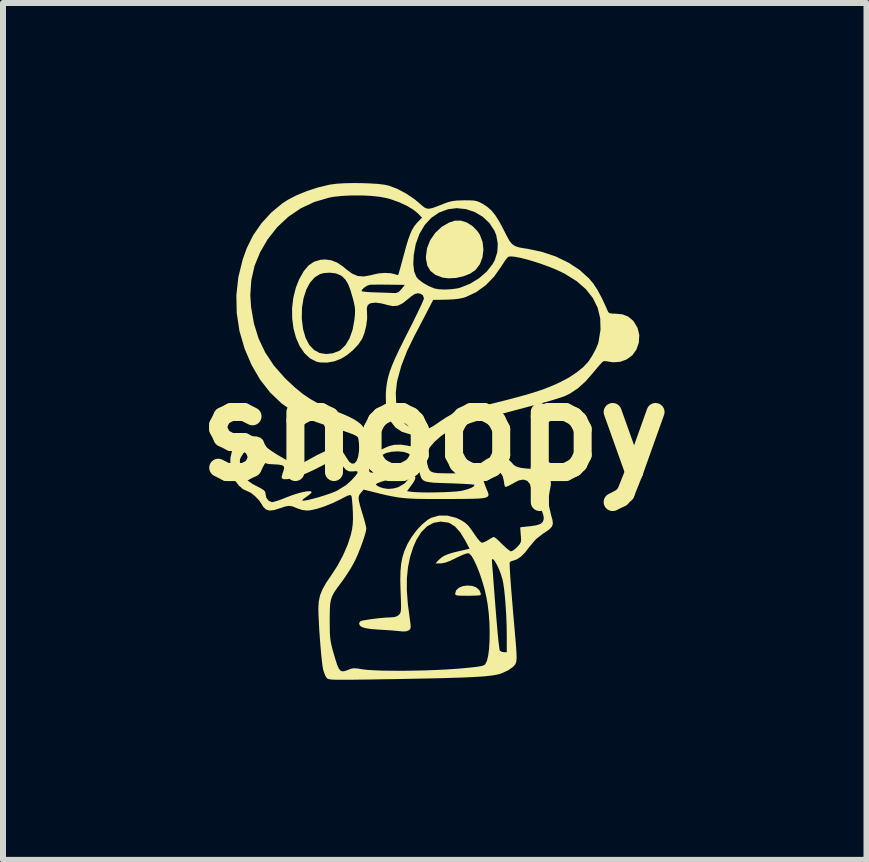
<source format=kicad_pcb>
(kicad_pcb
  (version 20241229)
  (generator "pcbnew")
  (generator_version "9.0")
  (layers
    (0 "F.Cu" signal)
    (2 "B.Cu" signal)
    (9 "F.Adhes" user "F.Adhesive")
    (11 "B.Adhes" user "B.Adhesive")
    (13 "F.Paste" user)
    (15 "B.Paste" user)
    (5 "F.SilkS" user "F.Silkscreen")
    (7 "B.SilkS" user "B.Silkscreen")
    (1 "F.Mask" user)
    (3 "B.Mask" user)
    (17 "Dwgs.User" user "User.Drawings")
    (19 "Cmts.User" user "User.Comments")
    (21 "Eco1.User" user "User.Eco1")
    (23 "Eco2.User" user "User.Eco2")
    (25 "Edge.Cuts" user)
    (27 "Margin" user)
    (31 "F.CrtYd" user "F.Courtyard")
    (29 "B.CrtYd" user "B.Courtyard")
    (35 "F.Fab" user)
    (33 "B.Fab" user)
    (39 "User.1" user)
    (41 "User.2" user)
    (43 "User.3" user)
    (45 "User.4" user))
  (footprint "snoopy"
    (layer "F.Cu")
    (at 4.193 4.136)
    (property "Reference" "snoopy" (at 0 0 0) (layer "F.SilkS") (effects (font (size 1.5 1.5) (thickness 0.3))))
    (attr board_only exclude_from_pos_files exclude_from_bom)
    (fp_poly (pts (xy 0.621 2.575) (xy 0.689 2.599) (xy 0.739 2.642) (xy 0.749 2.658) (xy 0.766 2.701) (xy 0.766 2.727) (xy 0.766 2.727) (xy 0.742 2.733) (xy 0.687 2.737) (xy 0.61 2.739) (xy 0.547 2.74) (xy 0.453 2.739) (xy 0.393 2.737) (xy 0.359 2.731) (xy 0.344 2.72) (xy 0.34 2.704) (xy 0.357 2.648) (xy 0.403 2.606) (xy 0.469 2.579) (xy 0.544 2.569)) (stroke (width 0) (type solid)) (fill yes) (layer "F.SilkS"))
    (fp_poly (pts (xy 0.534 -3.479) (xy 0.631 -3.418) (xy 0.713 -3.333) (xy 0.752 -3.274) (xy 0.797 -3.155) (xy 0.811 -3.027) (xy 0.796 -2.901) (xy 0.753 -2.786) (xy 0.682 -2.691) (xy 0.677 -2.686) (xy 0.59 -2.627) (xy 0.478 -2.583) (xy 0.353 -2.555) (xy 0.229 -2.549) (xy 0.132 -2.561) (xy 0.014 -2.605) (xy -0.071 -2.671) (xy -0.124 -2.76) (xy -0.146 -2.875) (xy -0.147 -2.912) (xy -0.128 -3.052) (xy -0.075 -3.186) (xy 0.007 -3.305) (xy 0.113 -3.405) (xy 0.236 -3.477) (xy 0.334 -3.509) (xy 0.433 -3.511)) (stroke (width 0) (type solid)) (fill yes) (layer "F.SilkS"))
    (fp_poly (pts (xy -1.221 -4.135) (xy -1.078 -4.13) (xy -0.948 -4.122) (xy -0.839 -4.109) (xy -0.768 -4.094) (xy -0.627 -4.041) (xy -0.479 -3.963) (xy -0.339 -3.869) (xy -0.263 -3.806) (xy -0.21 -3.759) (xy -0.168 -3.727) (xy -0.13 -3.711) (xy -0.088 -3.709) (xy -0.032 -3.722) (xy 0.044 -3.75) (xy 0.15 -3.792) (xy 0.15 -3.792) (xy 0.226 -3.819) (xy 0.294 -3.836) (xy 0.369 -3.845) (xy 0.466 -3.848) (xy 0.49 -3.849) (xy 0.584 -3.848) (xy 0.651 -3.845) (xy 0.701 -3.835) (xy 0.747 -3.817) (xy 0.797 -3.791) (xy 0.877 -3.739) (xy 0.947 -3.677) (xy 1.012 -3.596) (xy 1.077 -3.492) (xy 1.149 -3.356) (xy 1.155 -3.344) (xy 1.207 -3.241) (xy 1.249 -3.168) (xy 1.291 -3.118) (xy 1.339 -3.086) (xy 1.402 -3.065) (xy 1.488 -3.049) (xy 1.539 -3.042) (xy 1.786 -2.99) (xy 2.016 -2.913) (xy 2.227 -2.811) (xy 2.413 -2.689) (xy 2.57 -2.547) (xy 2.643 -2.46) (xy 2.713 -2.353) (xy 2.787 -2.214) (xy 2.861 -2.054) (xy 2.877 -2.015) (xy 2.893 -1.983) (xy 2.917 -1.967) (xy 2.961 -1.961) (xy 3.01 -1.96) (xy 3.128 -1.949) (xy 3.222 -1.912) (xy 3.301 -1.847) (xy 3.316 -1.829) (xy 3.38 -1.722) (xy 3.408 -1.602) (xy 3.4 -1.476) (xy 3.359 -1.36) (xy 3.292 -1.267) (xy 3.198 -1.198) (xy 3.088 -1.158) (xy 2.97 -1.15) (xy 2.913 -1.159) (xy 2.857 -1.168) (xy 2.815 -1.168) (xy 2.81 -1.167) (xy 2.787 -1.148) (xy 2.747 -1.105) (xy 2.694 -1.043) (xy 2.641 -0.979) (xy 2.512 -0.831) (xy 2.385 -0.716) (xy 2.253 -0.629) (xy 2.179 -0.592) (xy 2.129 -0.573) (xy 2.046 -0.546) (xy 1.939 -0.513) (xy 1.814 -0.478) (xy 1.679 -0.441) (xy 1.6 -0.42) (xy 1.32 -0.346) (xy 1.076 -0.28) (xy 0.866 -0.221) (xy 0.686 -0.168) (xy 0.535 -0.119) (xy 0.408 -0.075) (xy 0.305 -0.033) (xy 0.221 0.006) (xy 0.154 0.044) (xy 0.105 0.079) (xy -0.005 0.176) (xy -0.081 0.265) (xy -0.124 0.352) (xy -0.138 0.443) (xy -0.125 0.543) (xy -0.119 0.564) (xy -0.104 0.613) (xy -0.087 0.648) (xy -0.06 0.672) (xy -0.019 0.687) (xy 0.044 0.696) (xy 0.133 0.699) (xy 0.256 0.7) (xy 0.277 0.7) (xy 0.592 0.7) (xy 0.691 0.598) (xy 0.777 0.522) (xy 0.871 0.46) (xy 0.962 0.417) (xy 1.041 0.4) (xy 1.046 0.4) (xy 1.137 0.417) (xy 1.222 0.461) (xy 1.277 0.515) (xy 1.315 0.559) (xy 1.364 0.589) (xy 1.43 0.608) (xy 1.523 0.62) (xy 1.605 0.625) (xy 1.719 0.635) (xy 1.801 0.656) (xy 1.859 0.692) (xy 1.899 0.746) (xy 1.918 0.789) (xy 1.934 0.842) (xy 1.935 0.892) (xy 1.922 0.959) (xy 1.92 0.967) (xy 1.897 1.106) (xy 1.904 1.245) (xy 1.939 1.398) (xy 1.962 1.481) (xy 1.968 1.541) (xy 1.952 1.588) (xy 1.911 1.632) (xy 1.839 1.683) (xy 1.809 1.702) (xy 1.688 1.795) (xy 1.589 1.911) (xy 1.588 1.911) (xy 1.505 2.019) (xy 1.431 2.092) (xy 1.362 2.136) (xy 1.321 2.15) (xy 1.275 2.164) (xy 1.25 2.18) (xy 1.248 2.206) (xy 1.25 2.269) (xy 1.255 2.367) (xy 1.264 2.499) (xy 1.276 2.66) (xy 1.292 2.85) (xy 1.31 3.066) (xy 1.331 3.305) (xy 1.332 3.317) (xy 1.346 3.477) (xy 1.356 3.602) (xy 1.362 3.698) (xy 1.364 3.769) (xy 1.361 3.82) (xy 1.353 3.857) (xy 1.34 3.884) (xy 1.321 3.907) (xy 1.297 3.93) (xy 1.295 3.932) (xy 1.221 3.983) (xy 1.123 4.028) (xy 1.087 4.041) (xy 1.043 4.052) (xy 0.989 4.063) (xy 0.922 4.072) (xy 0.84 4.081) (xy 0.738 4.088) (xy 0.617 4.095) (xy 0.471 4.102) (xy 0.3 4.107) (xy 0.101 4.113) (xy -0.13 4.118) (xy -0.394 4.123) (xy -0.694 4.129) (xy -0.87 4.131) (xy -1.083 4.135) (xy -1.26 4.137) (xy -1.404 4.139) (xy -1.519 4.139) (xy -1.608 4.139) (xy -1.675 4.138) (xy -1.723 4.135) (xy -1.756 4.131) (xy -1.778 4.125) (xy -1.791 4.118) (xy -1.801 4.109) (xy -1.802 4.108) (xy -1.826 4.066) (xy -1.849 4.004) (xy -1.859 3.97) (xy -1.869 3.914) (xy -1.88 3.826) (xy -1.892 3.714) (xy -1.903 3.585) (xy -1.914 3.446) (xy -1.924 3.307) (xy -1.931 3.174) (xy -1.932 3.15) (xy -1.75 3.15) (xy -1.749 3.276) (xy -1.747 3.372) (xy -1.741 3.449) (xy -1.731 3.516) (xy -1.716 3.585) (xy -1.695 3.665) (xy -1.693 3.67) (xy -1.656 3.796) (xy -1.626 3.889) (xy -1.6 3.95) (xy -1.572 3.986) (xy -1.54 3.999) (xy -1.501 3.995) (xy -1.449 3.977) (xy -1.43 3.969) (xy -1.384 3.953) (xy -1.34 3.947) (xy -1.282 3.952) (xy -1.212 3.964) (xy -1.131 3.974) (xy -1.016 3.981) (xy -0.874 3.987) (xy -0.711 3.989) (xy -0.532 3.99) (xy -0.344 3.987) (xy -0.154 3.983) (xy 0.032 3.976) (xy 0.209 3.967) (xy 0.37 3.956) (xy 0.41 3.953) (xy 0.55 3.94) (xy 0.655 3.929) (xy 0.731 3.919) (xy 0.783 3.909) (xy 0.816 3.898) (xy 0.836 3.886) (xy 0.842 3.88) (xy 0.869 3.826) (xy 0.89 3.74) (xy 0.905 3.627) (xy 0.913 3.493) (xy 0.915 3.346) (xy 0.911 3.191) (xy 0.9 3.036) (xy 0.882 2.886) (xy 0.861 2.765) (xy 0.83 2.63) (xy 0.791 2.495) (xy 0.748 2.366) (xy 0.702 2.25) (xy 0.667 2.174) (xy 0.953 2.174) (xy 0.956 2.207) (xy 0.961 2.274) (xy 0.969 2.372) (xy 0.978 2.494) (xy 0.989 2.636) (xy 1.001 2.793) (xy 1.012 2.93) (xy 1.025 3.094) (xy 1.038 3.246) (xy 1.05 3.38) (xy 1.061 3.494) (xy 1.072 3.58) (xy 1.08 3.636) (xy 1.085 3.655) (xy 1.119 3.675) (xy 1.152 3.68) (xy 1.2 3.68) (xy 1.2 3.415) (xy 1.198 3.251) (xy 1.192 3.082) (xy 1.182 2.917) (xy 1.17 2.764) (xy 1.156 2.629) (xy 1.14 2.522) (xy 1.129 2.47) (xy 1.105 2.389) (xy 1.076 2.311) (xy 1.044 2.241) (xy 1.013 2.183) (xy 0.986 2.144) (xy 0.965 2.127) (xy 0.953 2.138) (xy 0.953 2.174) (xy 0.667 2.174) (xy 0.657 2.152) (xy 0.615 2.079) (xy 0.578 2.038) (xy 0.567 2.032) (xy 0.53 2.035) (xy 0.463 2.059) (xy 0.371 2.102) (xy 0.357 2.109) (xy 0.254 2.159) (xy 0.175 2.188) (xy 0.111 2.2) (xy 0.098 2.2) (xy 0.013 2.2) (xy 0.062 2.148) (xy 0.108 2.105) (xy 0.161 2.072) (xy 0.232 2.043) (xy 0.327 2.015) (xy 0.4 1.998) (xy 0.58 1.956) (xy 0.506 1.815) (xy 0.424 1.682) (xy 0.339 1.587) (xy 0.25 1.53) (xy 0.222 1.52) (xy 0.096 1.504) (xy -0.021 1.525) (xy -0.129 1.584) (xy -0.224 1.679) (xy -0.306 1.809) (xy -0.357 1.926) (xy -0.411 2.094) (xy -0.446 2.266) (xy -0.464 2.448) (xy -0.465 2.646) (xy -0.449 2.868) (xy -0.418 3.107) (xy -0.406 3.192) (xy -0.401 3.246) (xy -0.403 3.279) (xy -0.413 3.299) (xy -0.431 3.314) (xy -0.47 3.331) (xy -0.529 3.335) (xy -0.58 3.33) (xy -0.645 3.324) (xy -0.737 3.316) (xy -0.843 3.309) (xy -0.93 3.304) (xy -1.059 3.294) (xy -1.152 3.28) (xy -1.214 3.261) (xy -1.248 3.236) (xy -1.26 3.203) (xy -1.26 3.2) (xy -1.246 3.169) (xy -1.201 3.152) (xy -1.195 3.151) (xy -1.058 3.129) (xy -0.926 3.113) (xy -0.811 3.103) (xy -0.745 3.1) (xy -0.671 3.095) (xy -0.622 3.077) (xy -0.598 3.058) (xy -0.582 3.041) (xy -0.572 3.021) (xy -0.565 2.993) (xy -0.562 2.95) (xy -0.562 2.886) (xy -0.564 2.794) (xy -0.569 2.669) (xy -0.569 2.663) (xy -0.574 2.483) (xy -0.571 2.335) (xy -0.56 2.211) (xy -0.539 2.102) (xy -0.508 2) (xy -0.464 1.899) (xy -0.448 1.866) (xy -0.381 1.754) (xy -0.299 1.645) (xy -0.209 1.55) (xy -0.12 1.476) (xy -0.06 1.441) (xy 0.07 1.404) (xy 0.208 1.404) (xy 0.348 1.439) (xy 0.39 1.457) (xy 0.459 1.492) (xy 0.512 1.528) (xy 0.559 1.572) (xy 0.607 1.634) (xy 0.666 1.721) (xy 0.67 1.726) (xy 0.713 1.787) (xy 0.753 1.833) (xy 0.781 1.855) (xy 0.783 1.856) (xy 0.818 1.849) (xy 0.869 1.824) (xy 0.89 1.811) (xy 0.94 1.78) (xy 0.978 1.762) (xy 0.986 1.76) (xy 1.009 1.773) (xy 1.051 1.809) (xy 1.104 1.861) (xy 1.123 1.88) (xy 1.181 1.935) (xy 1.231 1.977) (xy 1.266 1.999) (xy 1.272 2) (xy 1.304 1.986) (xy 1.349 1.951) (xy 1.375 1.926) (xy 1.413 1.883) (xy 1.433 1.849) (xy 1.439 1.808) (xy 1.435 1.745) (xy 1.433 1.726) (xy 1.428 1.661) (xy 1.425 1.615) (xy 1.426 1.599) (xy 1.446 1.596) (xy 1.496 1.591) (xy 1.567 1.583) (xy 1.586 1.582) (xy 1.691 1.566) (xy 1.761 1.543) (xy 1.801 1.508) (xy 1.816 1.459) (xy 1.813 1.412) (xy 1.782 1.312) (xy 1.72 1.236) (xy 1.662 1.2) (xy 1.625 1.18) (xy 1.607 1.159) (xy 1.603 1.121) (xy 1.609 1.066) (xy 1.609 0.957) (xy 1.585 0.876) (xy 1.54 0.824) (xy 1.477 0.804) (xy 1.399 0.818) (xy 1.345 0.846) (xy 1.284 0.88) (xy 1.228 0.909) (xy 1.218 0.914) (xy 1.187 0.926) (xy 1.17 0.92) (xy 1.16 0.89) (xy 1.153 0.834) (xy 1.132 0.745) (xy 1.091 0.687) (xy 1.025 0.654) (xy 0.984 0.646) (xy 0.926 0.643) (xy 0.884 0.659) (xy 0.85 0.688) (xy 0.82 0.727) (xy 0.808 0.77) (xy 0.814 0.826) (xy 0.84 0.904) (xy 0.865 0.966) (xy 0.882 1.007) (xy 0.894 1.041) (xy 0.895 1.067) (xy 0.883 1.087) (xy 0.855 1.102) (xy 0.806 1.113) (xy 0.734 1.12) (xy 0.635 1.124) (xy 0.506 1.126) (xy 0.342 1.127) (xy 0.197 1.128) (xy -0.001 1.128) (xy -0.165 1.127) (xy -0.301 1.125) (xy -0.417 1.12) (xy -0.518 1.112) (xy -0.611 1.101) (xy -0.702 1.085) (xy -0.797 1.066) (xy -0.903 1.041) (xy -0.967 1.025) (xy -1.184 0.971) (xy -1.232 1.026) (xy -1.253 1.054) (xy -1.265 1.082) (xy -1.268 1.118) (xy -1.261 1.168) (xy -1.244 1.239) (xy -1.215 1.339) (xy -1.197 1.397) (xy -1.172 1.482) (xy -1.153 1.555) (xy -1.142 1.606) (xy -1.14 1.621) (xy -1.148 1.669) (xy -1.169 1.744) (xy -1.2 1.838) (xy -1.238 1.941) (xy -1.279 2.044) (xy -1.32 2.137) (xy -1.345 2.187) (xy -1.397 2.279) (xy -1.463 2.383) (xy -1.531 2.483) (xy -1.557 2.518) (xy -1.624 2.607) (xy -1.674 2.68) (xy -1.708 2.744) (xy -1.73 2.808) (xy -1.743 2.882) (xy -1.748 2.974) (xy -1.75 3.094) (xy -1.75 3.15) (xy -1.932 3.15) (xy -1.937 3.054) (xy -1.939 2.957) (xy -1.939 2.95) (xy -1.933 2.837) (xy -1.911 2.734) (xy -1.871 2.633) (xy -1.809 2.523) (xy -1.733 2.412) (xy -1.623 2.244) (xy -1.526 2.063) (xy -1.448 1.882) (xy -1.397 1.721) (xy -1.377 1.629) (xy -1.366 1.546) (xy -1.362 1.456) (xy -1.364 1.343) (xy -1.365 1.331) (xy -1.37 1.238) (xy -1.377 1.158) (xy -1.383 1.1) (xy -1.389 1.077) (xy -1.4 1.064) (xy -1.421 1.063) (xy -1.459 1.076) (xy -1.521 1.107) (xy -1.566 1.131) (xy -1.703 1.197) (xy -1.84 1.252) (xy -1.967 1.293) (xy -2.075 1.316) (xy -2.129 1.32) (xy -2.214 1.309) (xy -2.295 1.282) (xy -2.3 1.28) (xy -2.368 1.251) (xy -2.429 1.242) (xy -2.497 1.254) (xy -2.575 1.28) (xy -2.679 1.313) (xy -2.757 1.32) (xy -2.816 1.3) (xy -2.861 1.253) (xy -2.879 1.221) (xy -2.928 1.149) (xy -2.994 1.08) (xy -3.065 1.024) (xy -3.131 0.992) (xy -3.137 0.991) (xy -3.198 0.961) (xy -3.262 0.904) (xy -3.322 0.829) (xy -3.367 0.747) (xy -3.382 0.705) (xy -3.406 0.572) (xy -3.406 0.553) (xy -3.246 0.553) (xy -3.224 0.645) (xy -3.185 0.735) (xy -3.166 0.765) (xy -3.112 0.824) (xy -3.029 0.881) (xy -2.967 0.913) (xy -2.893 0.952) (xy -2.849 0.98) (xy -2.827 1.005) (xy -2.82 1.033) (xy -2.82 1.039) (xy -2.806 1.105) (xy -2.769 1.155) (xy -2.719 1.179) (xy -2.709 1.18) (xy -2.67 1.172) (xy -2.605 1.152) (xy -2.525 1.122) (xy -2.465 1.098) (xy -2.369 1.062) (xy -2.276 1.032) (xy -2.192 1.011) (xy -2.122 0.999) (xy -2.073 0.998) (xy -2.051 1.009) (xy -2.057 1.027) (xy -2.092 1.058) (xy -2.143 1.095) (xy -2.156 1.104) (xy -2.194 1.132) (xy -2.208 1.151) (xy -2.205 1.155) (xy -2.17 1.154) (xy -2.107 1.143) (xy -2.023 1.122) (xy -1.927 1.096) (xy -1.829 1.065) (xy -1.737 1.034) (xy -1.659 1.004) (xy -1.629 0.99) (xy -1.474 0.894) (xy -1.463 0.884) (xy -0.98 0.884) (xy -0.962 0.906) (xy -0.916 0.929) (xy -0.854 0.948) (xy -0.787 0.958) (xy -0.764 0.959) (xy -0.689 0.952) (xy -0.615 0.933) (xy -0.605 0.929) (xy -0.504 0.871) (xy -0.439 0.797) (xy -0.436 0.792) (xy -0.427 0.772) (xy -0.434 0.762) (xy -0.464 0.76) (xy -0.523 0.764) (xy -0.552 0.767) (xy -0.63 0.777) (xy -0.717 0.794) (xy -0.804 0.815) (xy -0.882 0.837) (xy -0.942 0.859) (xy -0.976 0.877) (xy -0.98 0.884) (xy -1.463 0.884) (xy -1.384 0.812) (xy -1.322 0.743) (xy -1.289 0.698) (xy -1.285 0.672) (xy -1.31 0.663) (xy -1.361 0.668) (xy -1.424 0.668) (xy -1.477 0.643) (xy -1.488 0.631) (xy -1.092 0.631) (xy -1.09 0.67) (xy -1.078 0.682) (xy -1.049 0.688) (xy -0.988 0.693) (xy -0.902 0.697) (xy -0.797 0.699) (xy -0.724 0.7) (xy -0.576 0.701) (xy -0.464 0.706) (xy -0.387 0.717) (xy -0.341 0.735) (xy -0.322 0.762) (xy -0.328 0.8) (xy -0.356 0.852) (xy -0.391 0.901) (xy -0.461 0.997) (xy -0.406 1.006) (xy -0.331 1.013) (xy -0.228 1.017) (xy -0.107 1.019) (xy 0.024 1.017) (xy 0.154 1.014) (xy 0.275 1.008) (xy 0.376 1.001) (xy 0.448 0.991) (xy 0.459 0.989) (xy 0.548 0.965) (xy 0.615 0.939) (xy 0.654 0.914) (xy 0.659 0.892) (xy 0.657 0.89) (xy 0.634 0.886) (xy 0.577 0.881) (xy 0.493 0.876) (xy 0.387 0.871) (xy 0.266 0.866) (xy 0.241 0.866) (xy 0.095 0.861) (xy -0.016 0.856) (xy -0.098 0.847) (xy -0.156 0.834) (xy -0.196 0.813) (xy -0.221 0.782) (xy -0.239 0.739) (xy -0.255 0.682) (xy -0.261 0.655) (xy -0.302 0.535) (xy -0.361 0.439) (xy -0.432 0.374) (xy -0.445 0.366) (xy -0.519 0.343) (xy -0.615 0.334) (xy -0.716 0.34) (xy -0.806 0.36) (xy -0.825 0.368) (xy -0.899 0.409) (xy -0.967 0.462) (xy -1.026 0.521) (xy -1.069 0.579) (xy -1.092 0.631) (xy -1.488 0.631) (xy -1.526 0.588) (xy -1.564 0.524) (xy -1.598 0.479) (xy -1.634 0.46) (xy -1.636 0.46) (xy -1.667 0.469) (xy -1.725 0.495) (xy -1.801 0.532) (xy -1.878 0.573) (xy -2.011 0.641) (xy -2.14 0.7) (xy -2.26 0.746) (xy -2.367 0.779) (xy -2.454 0.797) (xy -2.516 0.798) (xy -2.549 0.781) (xy -2.549 0.781) (xy -2.549 0.753) (xy -2.536 0.703) (xy -2.528 0.68) (xy -2.51 0.624) (xy -2.512 0.588) (xy -2.54 0.566) (xy -2.598 0.555) (xy -2.682 0.55) (xy -2.768 0.545) (xy -2.823 0.531) (xy -2.857 0.499) (xy -2.88 0.443) (xy -2.898 0.372) (xy -2.921 0.289) (xy -2.949 0.242) (xy -2.986 0.227) (xy -3.036 0.242) (xy -3.054 0.251) (xy -3.123 0.299) (xy -3.185 0.364) (xy -3.23 0.431) (xy -3.246 0.474) (xy -3.246 0.553) (xy -3.406 0.553) (xy -3.404 0.442) (xy -3.377 0.323) (xy -3.328 0.224) (xy -3.286 0.176) (xy -3.215 0.127) (xy -3.132 0.096) (xy -3.046 0.082) (xy -2.967 0.086) (xy -2.902 0.107) (xy -2.861 0.146) (xy -2.853 0.165) (xy -2.832 0.216) (xy -2.8 0.265) (xy -2.767 0.294) (xy -2.709 0.335) (xy -2.633 0.384) (xy -2.548 0.434) (xy -2.463 0.482) (xy -2.385 0.522) (xy -2.324 0.549) (xy -2.288 0.56) (xy -2.287 0.56) (xy -2.255 0.55) (xy -2.198 0.525) (xy -2.126 0.487) (xy -2.081 0.462) (xy -1.953 0.392) (xy -1.838 0.337) (xy -1.742 0.299) (xy -1.67 0.281) (xy -1.654 0.28) (xy -1.585 0.299) (xy -1.522 0.357) (xy -1.469 0.441) (xy -1.424 0.509) (xy -1.38 0.539) (xy -1.338 0.534) (xy -1.303 0.496) (xy -1.277 0.427) (xy -1.262 0.33) (xy -1.26 0.271) (xy -1.263 0.196) (xy -1.271 0.133) (xy -1.28 0.099) (xy -1.304 0.079) (xy -1.357 0.052) (xy -1.443 0.02) (xy -1.563 -0.021) (xy -1.625 -0.041) (xy -1.795 -0.095) (xy -1.933 -0.14) (xy -2.043 -0.179) (xy -2.133 -0.214) (xy -2.208 -0.246) (xy -2.274 -0.279) (xy -2.336 -0.314) (xy -2.551 -0.464) (xy -2.742 -0.646) (xy -2.909 -0.86) (xy -3.051 -1.104) (xy -3.168 -1.377) (xy -3.169 -1.38) (xy -3.254 -1.673) (xy -3.299 -1.971) (xy -3.305 -2.27) (xy -3.073 -2.27) (xy -3.06 -2.071) (xy -3.012 -1.795) (xy -2.934 -1.544) (xy -2.824 -1.313) (xy -2.681 -1.097) (xy -2.502 -0.893) (xy -2.457 -0.849) (xy -2.323 -0.725) (xy -2.2 -0.624) (xy -2.076 -0.54) (xy -1.942 -0.464) (xy -1.786 -0.392) (xy -1.66 -0.34) (xy -1.531 -0.288) (xy -1.433 -0.245) (xy -1.359 -0.207) (xy -1.3 -0.171) (xy -1.249 -0.134) (xy -1.229 -0.117) (xy -1.144 -0.018) (xy -1.089 0.101) (xy -1.064 0.244) (xy -1.055 0.377) (xy -0.942 0.326) (xy -0.869 0.294) (xy -0.801 0.263) (xy -0.766 0.248) (xy -0.676 0.225) (xy -0.565 0.222) (xy -0.449 0.239) (xy -0.432 0.244) (xy -0.352 0.255) (xy -0.29 0.244) (xy -0.251 0.217) (xy -0.24 0.177) (xy -0.262 0.131) (xy -0.292 0.102) (xy -0.349 0.07) (xy -0.415 0.048) (xy -0.417 0.048) (xy -0.549 0.007) (xy -0.655 -0.064) (xy -0.734 -0.165) (xy -0.787 -0.296) (xy -0.813 -0.457) (xy -0.815 -0.627) (xy -0.814 -0.646) (xy -0.649 -0.646) (xy -0.643 -0.487) (xy -0.614 -0.344) (xy -0.564 -0.221) (xy -0.494 -0.122) (xy -0.406 -0.054) (xy -0.39 -0.047) (xy -0.328 -0.03) (xy -0.245 -0.025) (xy -0.217 -0.026) (xy -0.144 -0.034) (xy -0.083 -0.055) (xy -0.016 -0.093) (xy 0.011 -0.111) (xy 0.114 -0.182) (xy 0.194 -0.234) (xy 0.261 -0.272) (xy 0.324 -0.3) (xy 0.394 -0.323) (xy 0.48 -0.346) (xy 0.542 -0.361) (xy 0.8 -0.423) (xy 1.023 -0.478) (xy 1.215 -0.526) (xy 1.38 -0.57) (xy 1.522 -0.609) (xy 1.645 -0.646) (xy 1.753 -0.681) (xy 1.85 -0.716) (xy 1.94 -0.752) (xy 2.027 -0.79) (xy 2.09 -0.819) (xy 2.232 -0.894) (xy 2.362 -0.98) (xy 2.473 -1.069) (xy 2.554 -1.155) (xy 2.562 -1.165) (xy 2.625 -1.262) (xy 2.68 -1.364) (xy 2.719 -1.456) (xy 2.729 -1.49) (xy 2.762 -1.693) (xy 2.757 -1.882) (xy 2.714 -2.059) (xy 2.634 -2.221) (xy 2.517 -2.369) (xy 2.363 -2.503) (xy 2.171 -2.622) (xy 2.143 -2.637) (xy 2.035 -2.688) (xy 1.913 -2.738) (xy 1.785 -2.785) (xy 1.656 -2.828) (xy 1.532 -2.864) (xy 1.421 -2.892) (xy 1.328 -2.909) (xy 1.26 -2.914) (xy 1.224 -2.907) (xy 1.199 -2.881) (xy 1.162 -2.83) (xy 1.119 -2.764) (xy 1.111 -2.75) (xy 0.99 -2.578) (xy 0.848 -2.432) (xy 0.689 -2.318) (xy 0.519 -2.238) (xy 0.459 -2.22) (xy 0.399 -2.209) (xy 0.314 -2.199) (xy 0.217 -2.194) (xy 0.172 -2.193) (xy -0.026 -2.19) (xy -0.119 -2.01) (xy -0.167 -1.917) (xy -0.226 -1.805) (xy -0.287 -1.688) (xy -0.334 -1.6) (xy -0.46 -1.341) (xy -0.556 -1.094) (xy -0.62 -0.862) (xy -0.63 -0.813) (xy -0.649 -0.646) (xy -0.814 -0.646) (xy -0.808 -0.721) (xy -0.796 -0.81) (xy -0.777 -0.9) (xy -0.749 -0.995) (xy -0.71 -1.1) (xy -0.658 -1.221) (xy -0.592 -1.362) (xy -0.509 -1.53) (xy -0.439 -1.668) (xy -0.372 -1.8) (xy -0.312 -1.923) (xy -0.26 -2.03) (xy -0.219 -2.117) (xy -0.192 -2.179) (xy -0.18 -2.212) (xy -0.18 -2.214) (xy -0.197 -2.266) (xy -0.244 -2.295) (xy -0.284 -2.3) (xy -0.334 -2.287) (xy -0.398 -2.244) (xy -0.449 -2.201) (xy -0.536 -2.132) (xy -0.615 -2.094) (xy -0.695 -2.086) (xy -0.787 -2.104) (xy -0.805 -2.11) (xy -0.885 -2.13) (xy -0.967 -2.142) (xy -1 -2.143) (xy -1.073 -2.133) (xy -1.116 -2.104) (xy -1.132 -2.049) (xy -1.128 -1.981) (xy -1.126 -1.877) (xy -1.142 -1.756) (xy -1.172 -1.636) (xy -1.21 -1.541) (xy -1.272 -1.448) (xy -1.361 -1.353) (xy -1.465 -1.268) (xy -1.561 -1.209) (xy -1.674 -1.166) (xy -1.795 -1.145) (xy -1.909 -1.147) (xy -1.97 -1.16) (xy -2.079 -1.216) (xy -2.173 -1.305) (xy -2.251 -1.421) (xy -2.311 -1.558) (xy -2.353 -1.713) (xy -2.375 -1.879) (xy -2.375 -1.893) (xy -2.215 -1.893) (xy -2.215 -1.88) (xy -2.194 -1.705) (xy -2.152 -1.558) (xy -2.091 -1.44) (xy -2.01 -1.354) (xy -1.918 -1.305) (xy -1.811 -1.288) (xy -1.698 -1.3) (xy -1.594 -1.34) (xy -1.57 -1.355) (xy -1.486 -1.437) (xy -1.418 -1.552) (xy -1.368 -1.695) (xy -1.339 -1.854) (xy -1.33 -1.942) (xy -1.327 -2.01) (xy -1.332 -2.071) (xy -1.346 -2.142) (xy -1.369 -2.232) (xy -1.4 -2.337) (xy -1.22 -2.337) (xy -1.201 -2.33) (xy -1.151 -2.324) (xy -1.077 -2.318) (xy -1.005 -2.315) (xy -0.905 -2.312) (xy -0.81 -2.309) (xy -0.733 -2.306) (xy -0.7 -2.304) (xy -0.64 -2.305) (xy -0.601 -2.321) (xy -0.563 -2.36) (xy -0.554 -2.37) (xy -0.498 -2.44) (xy -0.764 -2.443) (xy -0.868 -2.444) (xy -0.96 -2.444) (xy -1.033 -2.443) (xy -1.077 -2.442) (xy -1.08 -2.442) (xy -1.124 -2.427) (xy -1.172 -2.397) (xy -1.208 -2.362) (xy -1.22 -2.337) (xy -1.4 -2.337) (xy -1.407 -2.36) (xy -1.444 -2.455) (xy -1.486 -2.524) (xy -1.535 -2.575) (xy -1.571 -2.6) (xy -1.648 -2.631) (xy -1.746 -2.643) (xy -1.845 -2.637) (xy -1.91 -2.62) (xy -2 -2.565) (xy -2.078 -2.477) (xy -2.14 -2.361) (xy -2.185 -2.221) (xy -2.211 -2.064) (xy -2.215 -1.893) (xy -2.375 -1.893) (xy -2.377 -2.052) (xy -2.356 -2.226) (xy -2.313 -2.397) (xy -2.259 -2.532) (xy -2.183 -2.667) (xy -2.101 -2.765) (xy -2.008 -2.827) (xy -1.901 -2.858) (xy -1.828 -2.863) (xy -1.726 -2.85) (xy -1.63 -2.813) (xy -1.53 -2.747) (xy -1.477 -2.702) (xy -1.379 -2.629) (xy -1.284 -2.588) (xy -1.182 -2.58) (xy -1.064 -2.601) (xy -1.032 -2.61) (xy -0.935 -2.631) (xy -0.83 -2.639) (xy -0.733 -2.634) (xy -0.669 -2.619) (xy -0.628 -2.606) (xy -0.609 -2.605) (xy -0.602 -2.625) (xy -0.587 -2.677) (xy -0.565 -2.755) (xy -0.557 -2.785) (xy -0.357 -2.785) (xy -0.343 -2.665) (xy -0.308 -2.576) (xy -0.274 -2.534) (xy -0.195 -2.474) (xy -0.097 -2.418) (xy -0.002 -2.379) (xy 0 -2.379) (xy 0.075 -2.366) (xy 0.173 -2.362) (xy 0.279 -2.368) (xy 0.377 -2.381) (xy 0.421 -2.392) (xy 0.587 -2.458) (xy 0.737 -2.549) (xy 0.865 -2.66) (xy 0.964 -2.786) (xy 0.999 -2.85) (xy 1.042 -2.983) (xy 1.05 -3.126) (xy 1.025 -3.267) (xy 0.994 -3.343) (xy 0.91 -3.471) (xy 0.799 -3.575) (xy 0.666 -3.654) (xy 0.519 -3.702) (xy 0.365 -3.718) (xy 0.221 -3.7) (xy 0.072 -3.645) (xy -0.058 -3.556) (xy -0.168 -3.436) (xy -0.255 -3.289) (xy -0.317 -3.118) (xy -0.35 -2.937) (xy -0.357 -2.785) (xy -0.557 -2.785) (xy -0.539 -2.851) (xy -0.521 -2.918) (xy -0.479 -3.072) (xy -0.443 -3.192) (xy -0.409 -3.286) (xy -0.377 -3.358) (xy -0.342 -3.416) (xy -0.303 -3.465) (xy -0.285 -3.485) (xy -0.212 -3.56) (xy -0.281 -3.631) (xy -0.358 -3.694) (xy -0.466 -3.758) (xy -0.594 -3.817) (xy -0.734 -3.867) (xy -0.79 -3.883) (xy -0.908 -3.906) (xy -1.053 -3.922) (xy -1.216 -3.93) (xy -1.383 -3.93) (xy -1.546 -3.922) (xy -1.691 -3.906) (xy -1.76 -3.893) (xy -2.006 -3.821) (xy -2.234 -3.714) (xy -2.441 -3.573) (xy -2.625 -3.401) (xy -2.784 -3.198) (xy -2.908 -2.986) (xy -3.002 -2.757) (xy -3.056 -2.519) (xy -3.073 -2.27) (xy -3.305 -2.27) (xy -3.305 -2.27) (xy -3.272 -2.569) (xy -3.199 -2.865) (xy -3.131 -3.054) (xy -3.025 -3.267) (xy -2.887 -3.466) (xy -2.723 -3.645) (xy -2.54 -3.797) (xy -2.444 -3.859) (xy -2.298 -3.934) (xy -2.127 -4.004) (xy -1.945 -4.063) (xy -1.767 -4.106) (xy -1.733 -4.112) (xy -1.633 -4.125) (xy -1.507 -4.133) (xy -1.367 -4.136)) (stroke (width 0) (type solid)) (fill yes) (layer "F.SilkS")))
  (gr_rect
    (start -3 -3)
    (end 11.386 11.276)
    (stroke (width 0.1) (type default))
    (fill no)
    (layer "Edge.Cuts")))
</source>
